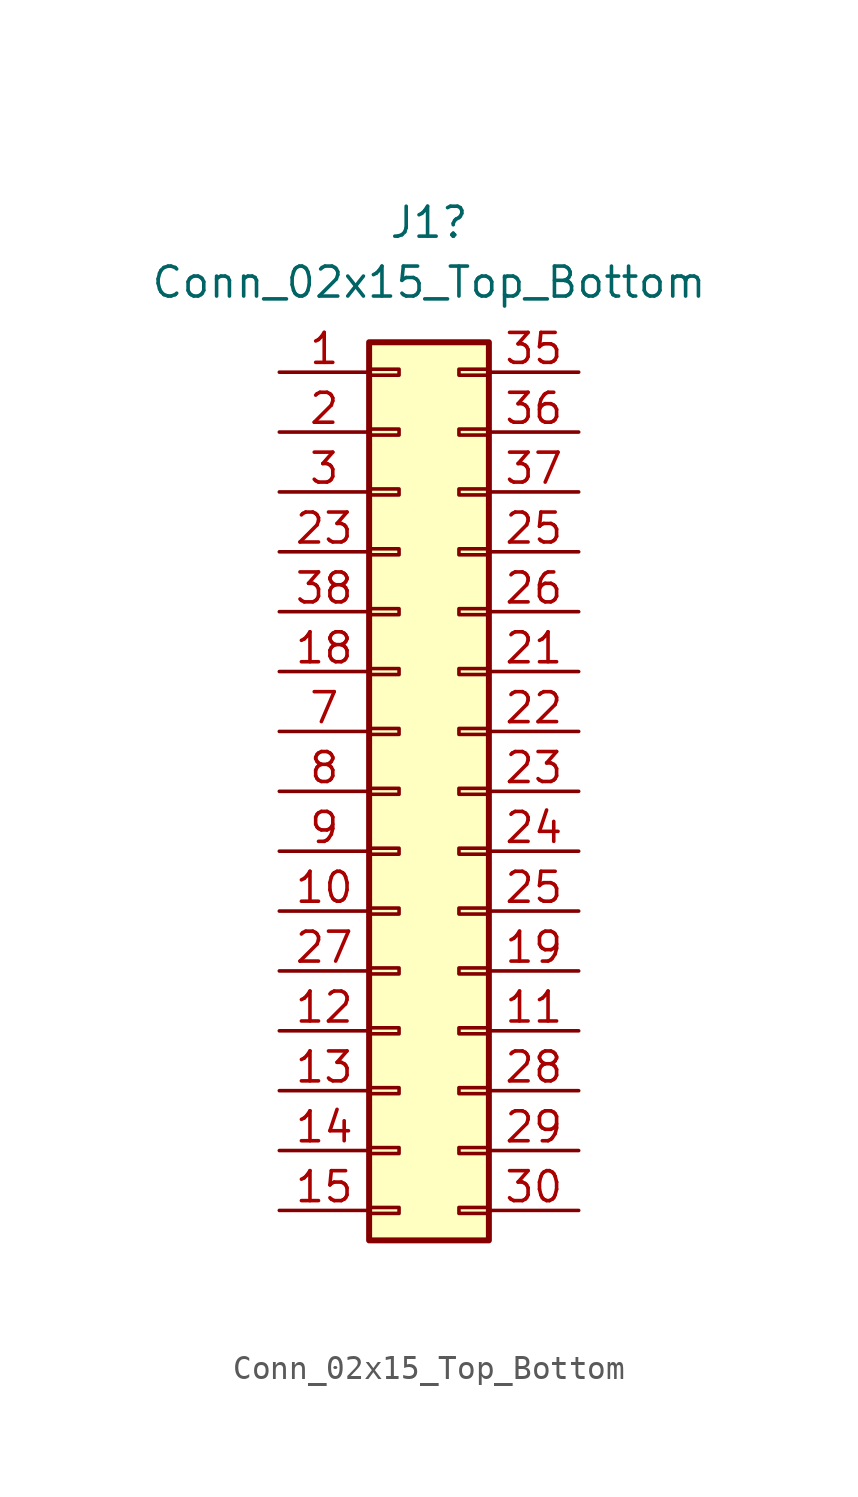
<source format=kicad_sym>
(kicad_symbol_lib
  (version 20211014)
  (generator kicad_symbol_editor)
  (symbol "Conn_02x15_Top_Bottom"
    (pin_names
      (offset 1.016) hide)
    (property "Reference" "J1"
      (at 1.27 24.13 0)
      (effects (font (size 1.27 1.27))))
    (property "Value" "Conn_02x15_Top_Bottom"
      (at 1.27 21.59 0)
      (effects (font (size 1.27 1.27))))
    (symbol "Conn_02x15_Top_Bottom_1_1"
      (rectangle (start -1.27 -17.653) (end 0 -17.907) (stroke (width 0.152) (type default) (color 0 0 0 0)) (fill (type none)))
      (rectangle (start -1.27 -15.113) (end 0 -15.367) (stroke (width 0.152) (type default) (color 0 0 0 0)) (fill (type none)))
      (rectangle (start -1.27 -12.573) (end 0 -12.827) (stroke (width 0.152) (type default) (color 0 0 0 0)) (fill (type none)))
      (rectangle (start -1.27 -10.033) (end 0 -10.287) (stroke (width 0.152) (type default) (color 0 0 0 0)) (fill (type none)))
      (rectangle (start -1.27 -7.493) (end 0 -7.747) (stroke (width 0.152) (type default) (color 0 0 0 0)) (fill (type none)))
      (rectangle (start -1.27 -4.953) (end 0 -5.207) (stroke (width 0.152) (type default) (color 0 0 0 0)) (fill (type none)))
      (rectangle (start -1.27 -2.413) (end 0 -2.667) (stroke (width 0.152) (type default) (color 0 0 0 0)) (fill (type none)))
      (rectangle (start -1.27 0.127) (end 0 -0.127) (stroke (width 0.152) (type default) (color 0 0 0 0)) (fill (type none)))
      (rectangle (start -1.27 2.667) (end 0 2.413) (stroke (width 0.152) (type default) (color 0 0 0 0)) (fill (type none)))
      (rectangle (start -1.27 5.207) (end 0 4.953) (stroke (width 0.152) (type default) (color 0 0 0 0)) (fill (type none)))
      (rectangle (start -1.27 7.747) (end 0 7.493) (stroke (width 0.152) (type default) (color 0 0 0 0)) (fill (type none)))
      (rectangle (start -1.27 10.287) (end 0 10.033) (stroke (width 0.152) (type default) (color 0 0 0 0)) (fill (type none)))
      (rectangle (start -1.27 12.827) (end 0 12.573) (stroke (width 0.152) (type default) (color 0 0 0 0)) (fill (type none)))
      (rectangle (start -1.27 15.367) (end 0 15.113) (stroke (width 0.152) (type default) (color 0 0 0 0)) (fill (type none)))
      (rectangle (start -1.27 17.907) (end 0 17.653) (stroke (width 0.152) (type default) (color 0 0 0 0)) (fill (type none)))
      (rectangle (start -1.27 19.05) (end 3.81 -19.05) (stroke (width 0.254) (type default) (color 0 0 0 0)) (fill (type background)))
      (rectangle (start 3.81 -17.653) (end 2.54 -17.907) (stroke (width 0.152) (type default) (color 0 0 0 0)) (fill (type none)))
      (rectangle (start 3.81 -15.113) (end 2.54 -15.367) (stroke (width 0.152) (type default) (color 0 0 0 0)) (fill (type none)))
      (rectangle (start 3.81 -12.573) (end 2.54 -12.827) (stroke (width 0.152) (type default) (color 0 0 0 0)) (fill (type none)))
      (rectangle (start 3.81 -10.033) (end 2.54 -10.287) (stroke (width 0.152) (type default) (color 0 0 0 0)) (fill (type none)))
      (rectangle (start 3.81 -7.493) (end 2.54 -7.747) (stroke (width 0.152) (type default) (color 0 0 0 0)) (fill (type none)))
      (rectangle (start 3.81 -4.953) (end 2.54 -5.207) (stroke (width 0.152) (type default) (color 0 0 0 0)) (fill (type none)))
      (rectangle (start 3.81 -2.413) (end 2.54 -2.667) (stroke (width 0.152) (type default) (color 0 0 0 0)) (fill (type none)))
      (rectangle (start 3.81 0.127) (end 2.54 -0.127) (stroke (width 0.152) (type default) (color 0 0 0 0)) (fill (type none)))
      (rectangle (start 3.81 2.667) (end 2.54 2.413) (stroke (width 0.152) (type default) (color 0 0 0 0)) (fill (type none)))
      (rectangle (start 3.81 5.207) (end 2.54 4.953) (stroke (width 0.152) (type default) (color 0 0 0 0)) (fill (type none)))
      (rectangle (start 3.81 7.747) (end 2.54 7.493) (stroke (width 0.152) (type default) (color 0 0 0 0)) (fill (type none)))
      (rectangle (start 3.81 10.287) (end 2.54 10.033) (stroke (width 0.152) (type default) (color 0 0 0 0)) (fill (type none)))
      (rectangle (start 3.81 12.827) (end 2.54 12.573) (stroke (width 0.152) (type default) (color 0 0 0 0)) (fill (type none)))
      (rectangle (start 3.81 15.367) (end 2.54 15.113) (stroke (width 0.152) (type default) (color 0 0 0 0)) (fill (type none)))
      (rectangle (start 3.81 17.907) (end 2.54 17.653) (stroke (width 0.152) (type default) (color 0 0 0 0)) (fill (type none)))
      (pin passive line (at -5.08 17.78 0) (length 3.81) (name "Pin_1" (effects (font (size 1.27 1.27)))) (number "1" (effects (font (size 1.27 1.27)))))
      (pin passive line (at -5.08 -5.08 0) (length 3.81) (name "Pin_10" (effects (font (size 1.27 1.27)))) (number "10" (effects (font (size 1.27 1.27)))))
      (pin passive line (at 7.62 -10.16 180) (length 3.81) (name "Pin_11" (effects (font (size 1.27 1.27)))) (number "11" (effects (font (size 1.27 1.27)))))
      (pin passive line (at -5.08 -10.16 0) (length 3.81) (name "Pin_12" (effects (font (size 1.27 1.27)))) (number "12" (effects (font (size 1.27 1.27)))))
      (pin passive line (at -5.08 -12.7 0) (length 3.81) (name "Pin_13" (effects (font (size 1.27 1.27)))) (number "13" (effects (font (size 1.27 1.27)))))
      (pin passive line (at -5.08 -15.24 0) (length 3.81) (name "Pin_14" (effects (font (size 1.27 1.27)))) (number "14" (effects (font (size 1.27 1.27)))))
      (pin passive line (at -5.08 -17.78 0) (length 3.81) (name "Pin_15" (effects (font (size 1.27 1.27)))) (number "15" (effects (font (size 1.27 1.27)))))
      (pin passive line (at -5.08 5.08 0) (length 3.81) (name "Pin_18" (effects (font (size 1.27 1.27)))) (number "18" (effects (font (size 1.27 1.27)))))
      (pin passive line (at 7.62 -7.62 180) (length 3.81) (name "Pin_19" (effects (font (size 1.27 1.27)))) (number "19" (effects (font (size 1.27 1.27)))))
      (pin passive line (at -5.08 15.24 0) (length 3.81) (name "Pin_2" (effects (font (size 1.27 1.27)))) (number "2" (effects (font (size 1.27 1.27)))))
      (pin passive line (at 7.62 5.08 180) (length 3.81) (name "3.3V" (effects (font (size 1.27 1.27)))) (number "21" (effects (font (size 1.27 1.27)))))
      (pin passive line (at 7.62 2.54 180) (length 3.81) (name "Pin_22" (effects (font (size 1.27 1.27)))) (number "22" (effects (font (size 1.27 1.27)))))
      (pin passive line (at -5.08 10.16 0) (length 3.81) (name "Pin_23" (effects (font (size 1.27 1.27)))) (number "23" (effects (font (size 1.27 1.27)))))
      (pin passive line (at 7.62 0 180) (length 3.81) (name "Pin_23" (effects (font (size 1.27 1.27)))) (number "23" (effects (font (size 1.27 1.27)))))
      (pin passive line (at 7.62 -2.54 180) (length 3.81) (name "Pin_24" (effects (font (size 1.27 1.27)))) (number "24" (effects (font (size 1.27 1.27)))))
      (pin passive line (at 7.62 -5.08 180) (length 3.81) (name "Pin_25" (effects (font (size 1.27 1.27)))) (number "25" (effects (font (size 1.27 1.27)))))
      (pin passive line (at 7.62 10.16 180) (length 3.81) (name "Pin_25" (effects (font (size 1.27 1.27)))) (number "25" (effects (font (size 1.27 1.27)))))
      (pin passive line (at 7.62 7.62 180) (length 3.81) (name "Pin_26" (effects (font (size 1.27 1.27)))) (number "26" (effects (font (size 1.27 1.27)))))
      (pin passive line (at -5.08 -7.62 0) (length 3.81) (name "Pin_27" (effects (font (size 1.27 1.27)))) (number "27" (effects (font (size 1.27 1.27)))))
      (pin passive line (at 7.62 -12.7 180) (length 3.81) (name "Pin_28" (effects (font (size 1.27 1.27)))) (number "28" (effects (font (size 1.27 1.27)))))
      (pin passive line (at 7.62 -15.24 180) (length 3.81) (name "Pin_29" (effects (font (size 1.27 1.27)))) (number "29" (effects (font (size 1.27 1.27)))))
      (pin passive line (at -5.08 12.7 0) (length 3.81) (name "Pin_3" (effects (font (size 1.27 1.27)))) (number "3" (effects (font (size 1.27 1.27)))))
      (pin passive line (at 7.62 -17.78 180) (length 3.81) (name "Pin_30" (effects (font (size 1.27 1.27)))) (number "30" (effects (font (size 1.27 1.27)))))
      (pin passive line (at 7.62 17.78 180) (length 3.81) (name "Pin_35" (effects (font (size 1.27 1.27)))) (number "35" (effects (font (size 1.27 1.27)))))
      (pin passive line (at 7.62 15.24 180) (length 3.81) (name "Pin_36" (effects (font (size 1.27 1.27)))) (number "36" (effects (font (size 1.27 1.27)))))
      (pin passive line (at 7.62 12.7 180) (length 3.81) (name "EN" (effects (font (size 1.27 1.27)))) (number "37" (effects (font (size 1.27 1.27)))))
      (pin passive line (at -5.08 7.62 0) (length 3.81) (name "Pin_38" (effects (font (size 1.27 1.27)))) (number "38" (effects (font (size 1.27 1.27)))))
      (pin passive line (at -5.08 2.54 0) (length 3.81) (name "Pin_7" (effects (font (size 1.27 1.27)))) (number "7" (effects (font (size 1.27 1.27)))))
      (pin passive line (at -5.08 0 0) (length 3.81) (name "Pin_8" (effects (font (size 1.27 1.27)))) (number "8" (effects (font (size 1.27 1.27)))))
      (pin passive line (at -5.08 -2.54 0) (length 3.81) (name "Pin_9" (effects (font (size 1.27 1.27)))) (number "9" (effects (font (size 1.27 1.27))))))))
</source>
